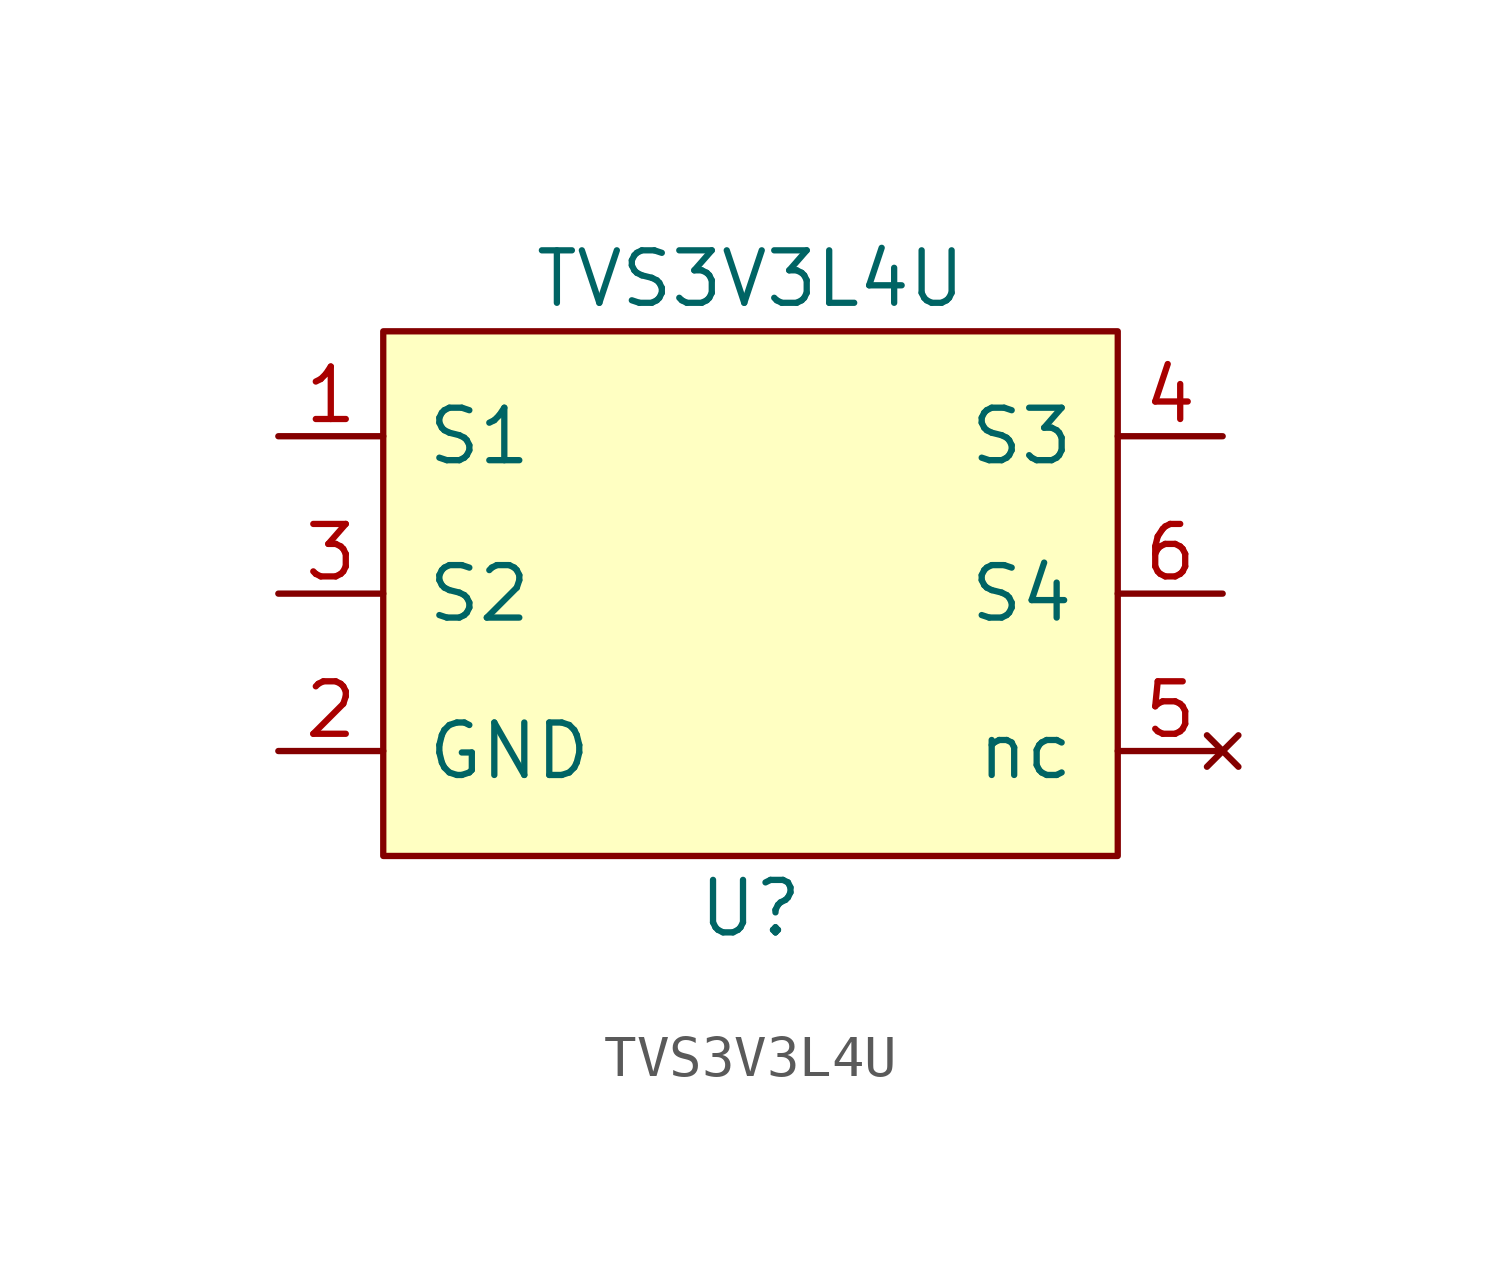
<source format=kicad_sym>
(kicad_symbol_lib
  (version 20231120)
  (generator "kicad_symbol_editor")
  (generator_version "8.0")
  (symbol "TVS3V3L4U"
    (pin_names
      (offset 1.016))
    (property "Reference" "U"
      (at 2.54 -7.62 0)
      (effects (font (size 1.27 1.27))))
    (property "Value" "TVS3V3L4U"
      (at 2.54 7.62 0)
      (effects (font (size 1.27 1.27))))
    (symbol "TVS3V3L4U_0_1"
      (rectangle (start -6.35 6.35) (end 11.43 -6.35) (stroke (width 0) (type default)) (fill (type background))))
    (symbol "TVS3V3L4U_1_1"
      (pin input line (at -8.89 3.81 0) (length 2.54) (name "S1" (effects (font (size 1.27 1.27)))) (number "1" (effects (font (size 1.27 1.27)))))
      (pin input line (at -8.89 -3.81 0) (length 2.54) (name "GND" (effects (font (size 1.27 1.27)))) (number "2" (effects (font (size 1.27 1.27)))))
      (pin input line (at -8.89 0 0) (length 2.54) (name "S2" (effects (font (size 1.27 1.27)))) (number "3" (effects (font (size 1.27 1.27)))))
      (pin input line (at 13.97 3.81 180) (length 2.54) (name "S3" (effects (font (size 1.27 1.27)))) (number "4" (effects (font (size 1.27 1.27)))))
      (pin no_connect line (at 13.97 -3.81 180) (length 2.54) (name "nc" (effects (font (size 1.27 1.27)))) (number "5" (effects (font (size 1.27 1.27)))))
      (pin input line (at 13.97 0 180) (length 2.54) (name "S4" (effects (font (size 1.27 1.27)))) (number "6" (effects (font (size 1.27 1.27))))))))
</source>
